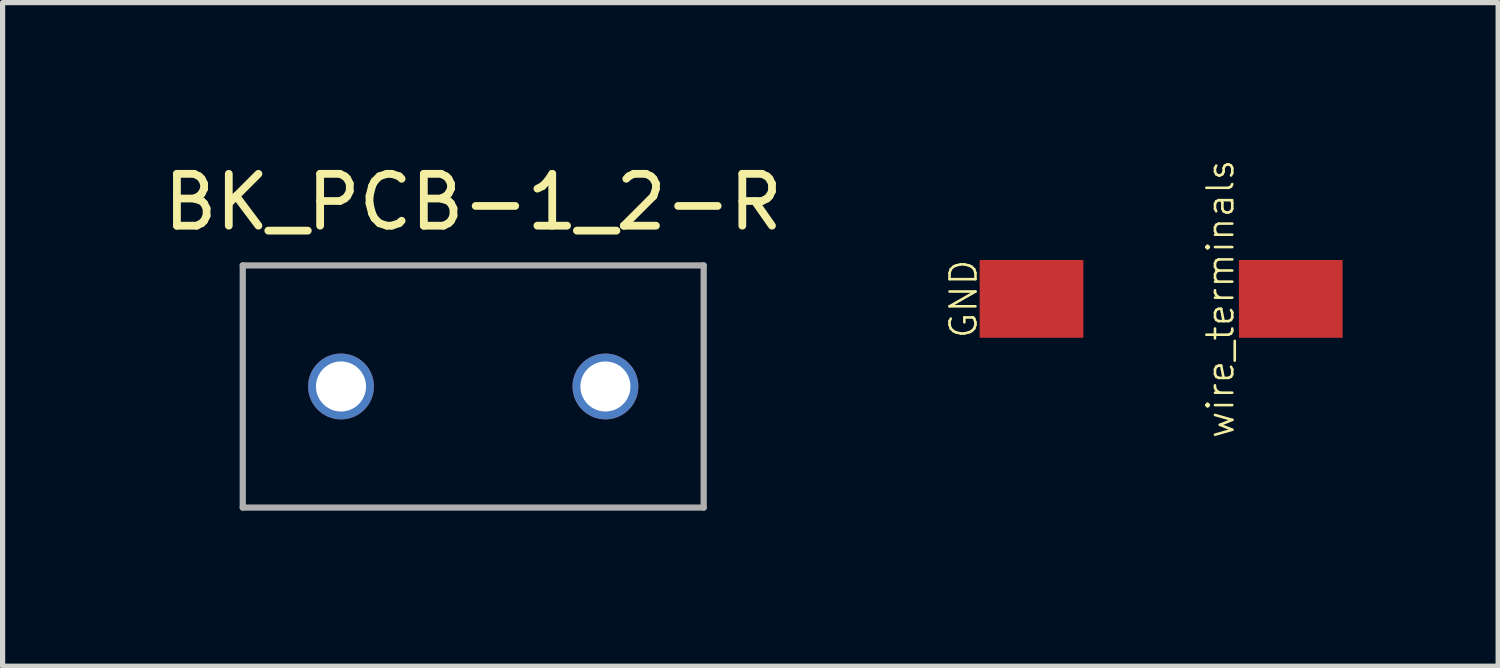
<source format=kicad_pcb>
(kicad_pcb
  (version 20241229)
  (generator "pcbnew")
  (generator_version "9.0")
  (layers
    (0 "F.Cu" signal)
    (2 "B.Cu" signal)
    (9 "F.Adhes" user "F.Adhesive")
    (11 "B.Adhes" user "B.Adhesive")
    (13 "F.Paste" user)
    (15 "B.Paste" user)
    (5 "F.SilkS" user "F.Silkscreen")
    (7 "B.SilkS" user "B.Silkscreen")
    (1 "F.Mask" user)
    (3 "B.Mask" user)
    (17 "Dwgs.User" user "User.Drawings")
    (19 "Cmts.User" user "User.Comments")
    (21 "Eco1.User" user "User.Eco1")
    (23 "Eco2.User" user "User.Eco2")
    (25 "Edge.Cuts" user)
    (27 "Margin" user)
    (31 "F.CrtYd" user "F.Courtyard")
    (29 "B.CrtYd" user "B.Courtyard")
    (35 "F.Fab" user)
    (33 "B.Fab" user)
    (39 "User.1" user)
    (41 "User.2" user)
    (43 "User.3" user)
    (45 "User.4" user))
  (footprint "wire_terminals"
    (layer "F.Cu")
    (at 19.345 2.715)
    (property "Reference" "wire_terminals" (at 1.143 0 90) (layer "F.SilkS") (effects (font (size 0.5 0.5) (thickness 0.05))))
    (attr through_hole)
    (fp_text user "GND" (at -3.81 0 90) (layer "F.SilkS") (effects (font (size 0.5 0.5) (thickness 0.05))))
    (pad "1" smd rect (at -2.5 0) (size 2 1.5) (layers "F.Cu" "F.Mask" "F.Paste"))
    (pad "2" smd rect (at 2.5 0) (size 2 1.5) (layers "F.Cu" "F.Mask" "F.Paste")))
  (footprint "BK_PCB-1_2-R"
    (layer "F.Cu")
    (at 6.077 4.404)
    (property "Reference" "BK_PCB-1_2-R" (at 0 -3.556 0) (layer "F.SilkS") (effects (font (size 1 1) (thickness 0.15))))
    (attr through_hole)
    (fp_line (start -4.445 -2.335) (end -4.445 2.335) (stroke (width 0.12) (type solid)) (layer "F.Fab"))
    (fp_line (start -4.445 -2.335) (end 4.445 -2.335) (stroke (width 0.12) (type solid)) (layer "F.Fab"))
    (fp_line (start -4.445 2.335) (end 4.445 2.335) (stroke (width 0.12) (type solid)) (layer "F.Fab"))
    (fp_line (start 4.445 -2.335) (end 4.445 2.335) (stroke (width 0.12) (type solid)) (layer "F.Fab"))
    (pad "1" thru_hole circle (at -2.55 0) (size 1.27 1.27) (drill 0.965) (layers "*.Cu" "*.Mask"))
    (pad "2" thru_hole circle (at 2.55 0) (size 1.27 1.27) (drill 0.965) (layers "*.Cu" "*.Mask")))
  (gr_rect
    (start -3 -3)
    (end 25.845 9.799)
    (stroke (width 0.1) (type default))
    (fill no)
    (layer "Edge.Cuts")))
</source>
